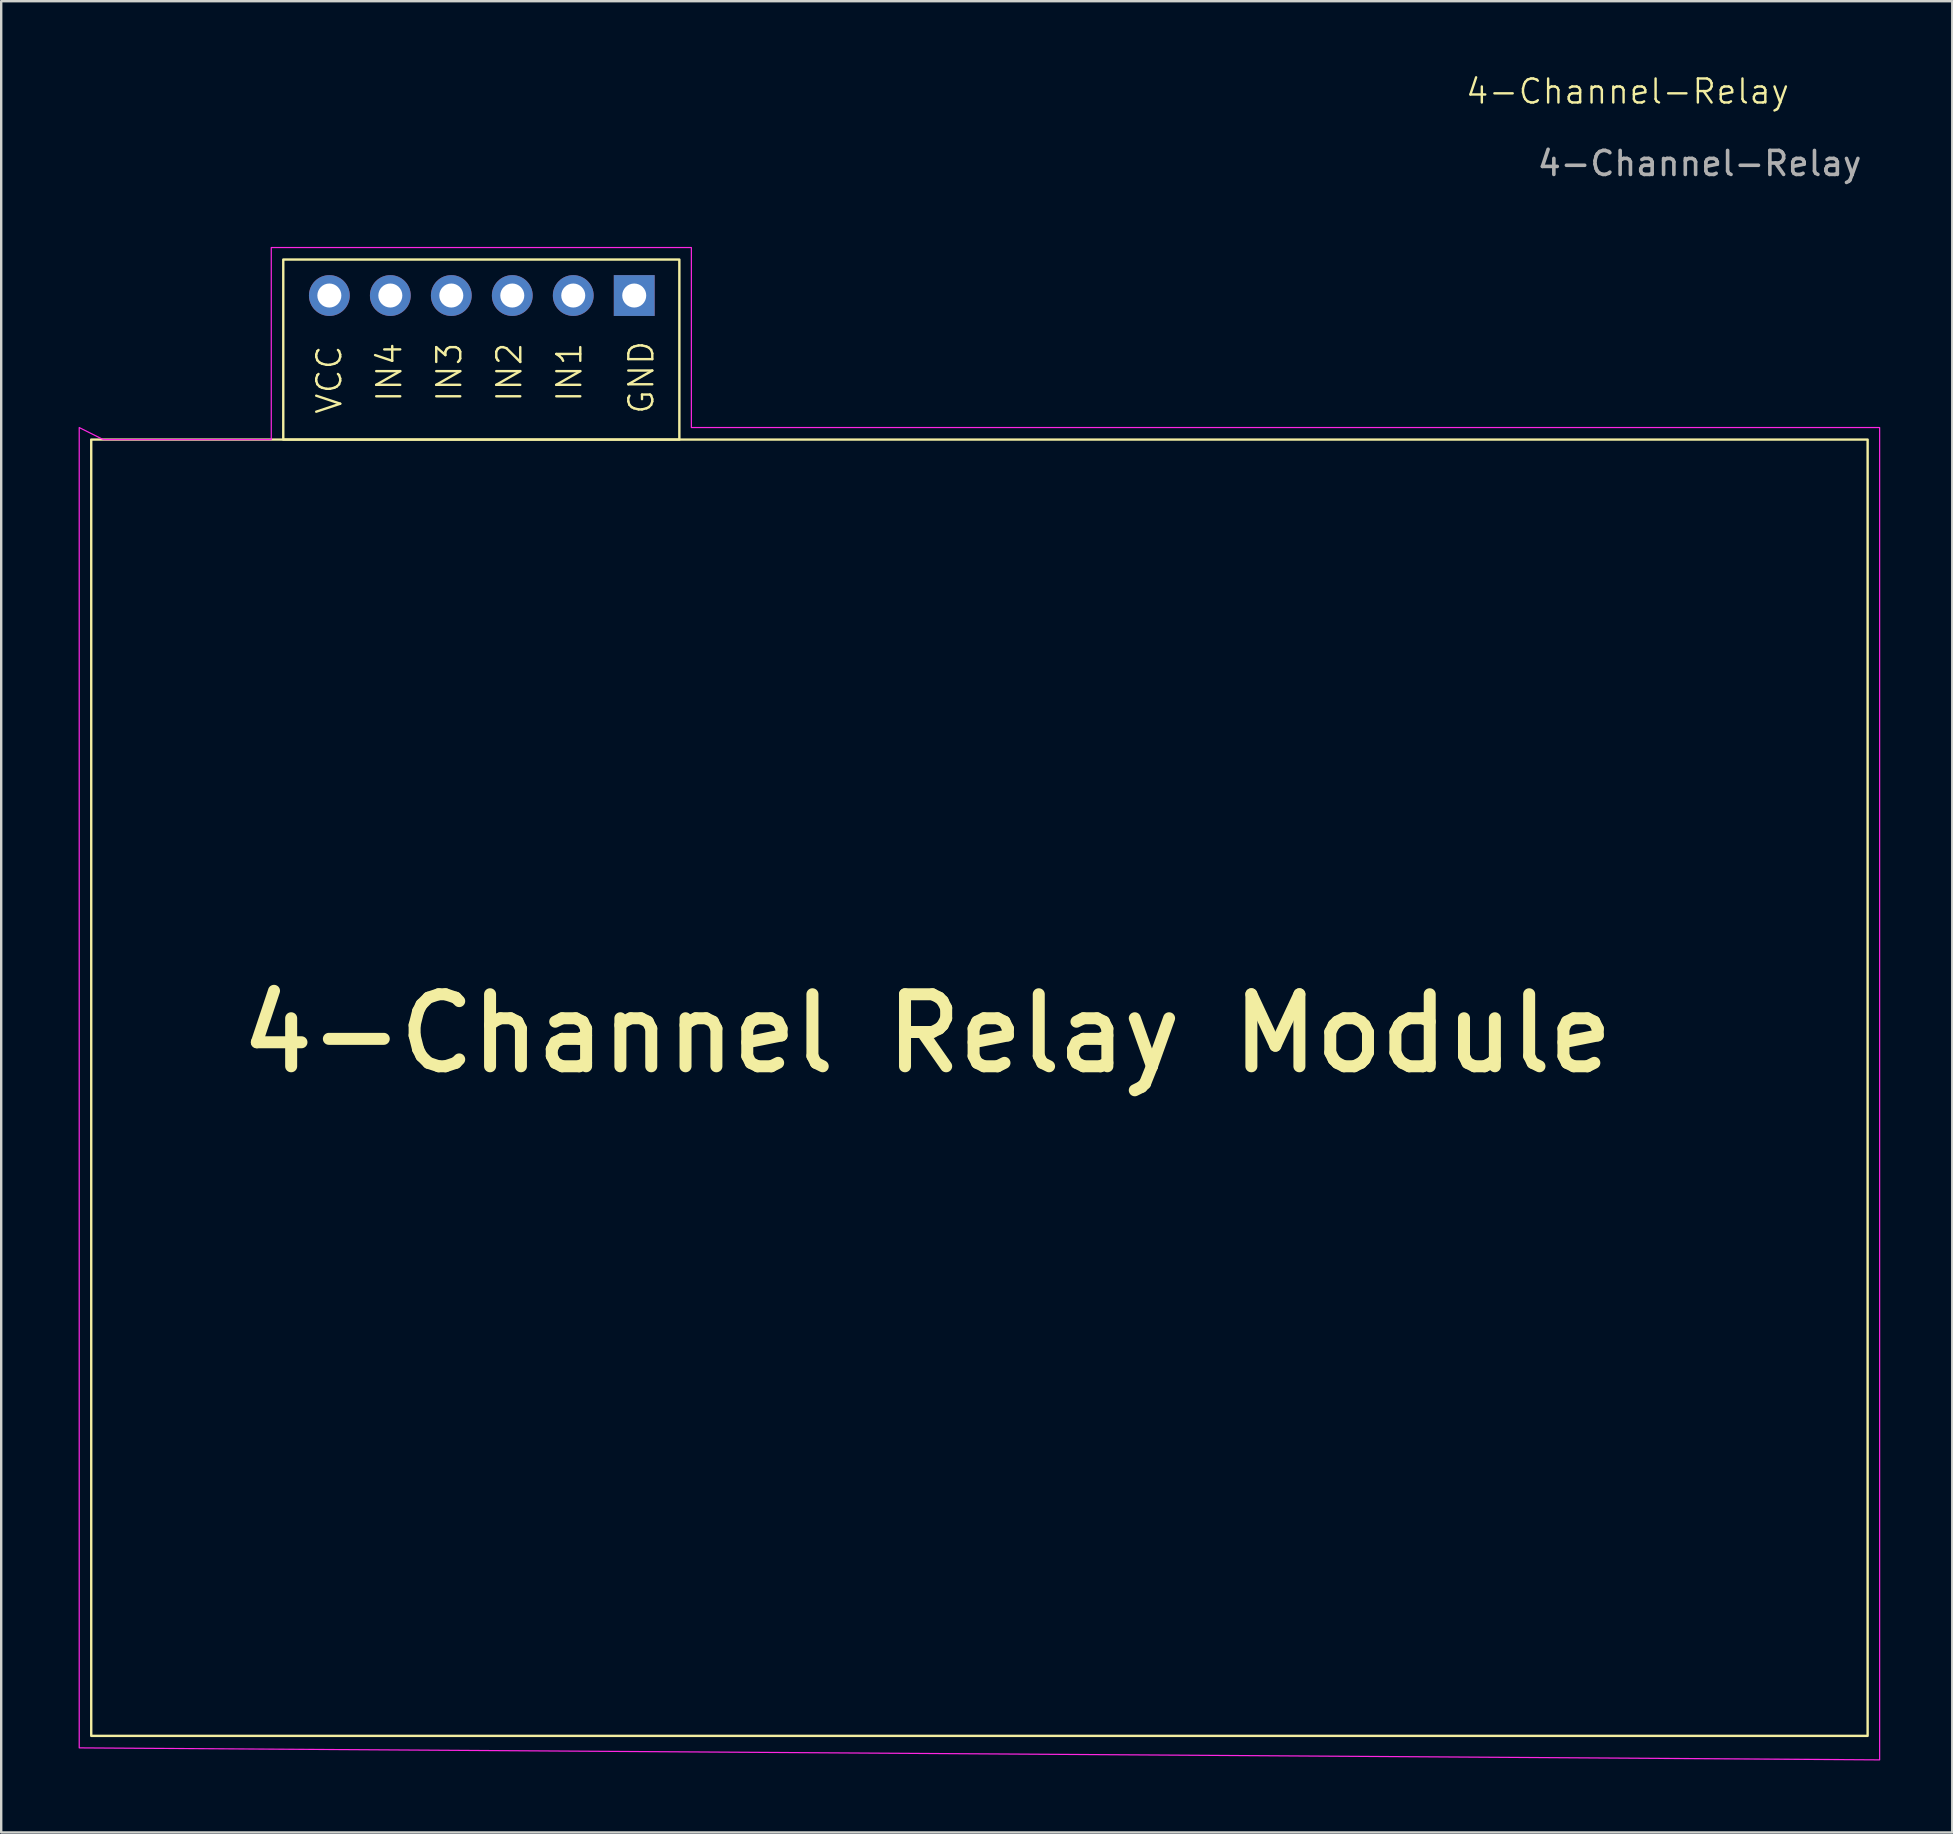
<source format=kicad_pcb>
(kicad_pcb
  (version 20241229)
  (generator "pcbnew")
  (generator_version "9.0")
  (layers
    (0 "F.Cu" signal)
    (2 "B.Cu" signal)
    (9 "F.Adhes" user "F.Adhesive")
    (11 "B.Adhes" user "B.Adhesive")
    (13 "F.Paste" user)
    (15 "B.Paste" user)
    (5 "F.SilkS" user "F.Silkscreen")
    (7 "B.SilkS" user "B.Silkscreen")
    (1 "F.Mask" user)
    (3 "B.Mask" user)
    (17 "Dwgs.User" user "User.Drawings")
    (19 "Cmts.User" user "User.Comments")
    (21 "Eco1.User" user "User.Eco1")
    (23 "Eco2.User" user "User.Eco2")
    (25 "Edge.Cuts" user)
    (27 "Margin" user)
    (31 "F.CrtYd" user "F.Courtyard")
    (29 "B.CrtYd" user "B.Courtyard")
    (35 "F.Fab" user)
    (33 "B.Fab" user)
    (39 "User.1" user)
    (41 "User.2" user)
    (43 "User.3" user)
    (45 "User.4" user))
  (footprint "4-Channel-Relay"
    (layer "F.Cu")
    (at 0.25 14.761)
    (property "Reference" "4-Channel-Relay" (at 64.5 -14 0) (unlocked yes) (layer "F.SilkS") (effects (font (size 1 1) (thickness 0.1))))
    (attr through_hole)
    (fp_rect (start 0.5 0.5) (end 74.5 54.5) (stroke (width 0.1) (type default)) (fill no) (layer "F.SilkS"))
    (fp_rect (start 8.5 -7) (end 25 0.5) (stroke (width 0.1) (type default)) (fill no) (layer "F.SilkS"))
    (fp_poly (pts (xy 1 0.5) (xy 8 0.5) (xy 8 -7.5) (xy 25.5 -7.5) (xy 25.5 0) (xy 75 0) (xy 75 55.5) (xy 0 55) (xy 0 0)) (stroke (width 0.05) (type solid)) (fill no) (layer "F.CrtYd"))
    (fp_text user "IN2" (at 18.5 -1 90) (unlocked yes) (layer "F.SilkS") (effects (font (size 1 1) (thickness 0.1)) (justify left bottom)))
    (fp_text user "GND" (at 24 -0.5 90) (unlocked yes) (layer "F.SilkS") (effects (font (size 1 1) (thickness 0.1)) (justify left bottom)))
    (fp_text user "IN3" (at 16 -1 90) (unlocked yes) (layer "F.SilkS") (effects (font (size 1 1) (thickness 0.1)) (justify left bottom)))
    (fp_text user "IN1" (at 21 -1 90) (unlocked yes) (layer "F.SilkS") (effects (font (size 1 1) (thickness 0.1)) (justify left bottom)))
    (fp_text user "VCC" (at 11 -0.5 90) (unlocked yes) (layer "F.SilkS") (effects (font (size 1 1) (thickness 0.1)) (justify left bottom)))
    (fp_text user "IN4" (at 13.5 -1 90) (unlocked yes) (layer "F.SilkS") (effects (font (size 1 1) (thickness 0.1)) (justify left bottom)))
    (fp_text user "4-Channel Relay Module" (at 6.5 27 0) (unlocked yes) (layer "F.SilkS") (effects (font (size 3 3) (thickness 0.5) (bold yes)) (justify left bottom)))
    (fp_text user "${REFERENCE}" (at 67.5 -11 0) (unlocked yes) (layer "F.Fab") (effects (font (size 1 1) (thickness 0.15))))
    (pad "1" thru_hole rect (at 23.12 -5.5 270) (size 1.7 1.7) (drill 1) (layers "*.Cu" "*.Mask"))
    (pad "2" thru_hole circle (at 20.58 -5.5 270) (size 1.7 1.7) (drill 1) (layers "*.Cu" "*.Mask"))
    (pad "3" thru_hole circle (at 18.04 -5.5 270) (size 1.7 1.7) (drill 1) (layers "*.Cu" "*.Mask"))
    (pad "4" thru_hole circle (at 15.5 -5.5 270) (size 1.7 1.7) (drill 1) (layers "*.Cu" "*.Mask"))
    (pad "5" thru_hole circle (at 12.96 -5.5 270) (size 1.7 1.7) (drill 1) (layers "*.Cu" "*.Mask"))
    (pad "6" thru_hole circle (at 10.42 -5.5 270) (size 1.7 1.7) (drill 1) (layers "*.Cu" "*.Mask")))
  (gr_rect
    (start -3 -3)
    (end 78.275 73.285)
    (stroke (width 0.1) (type default))
    (fill no)
    (layer "Edge.Cuts")))
</source>
